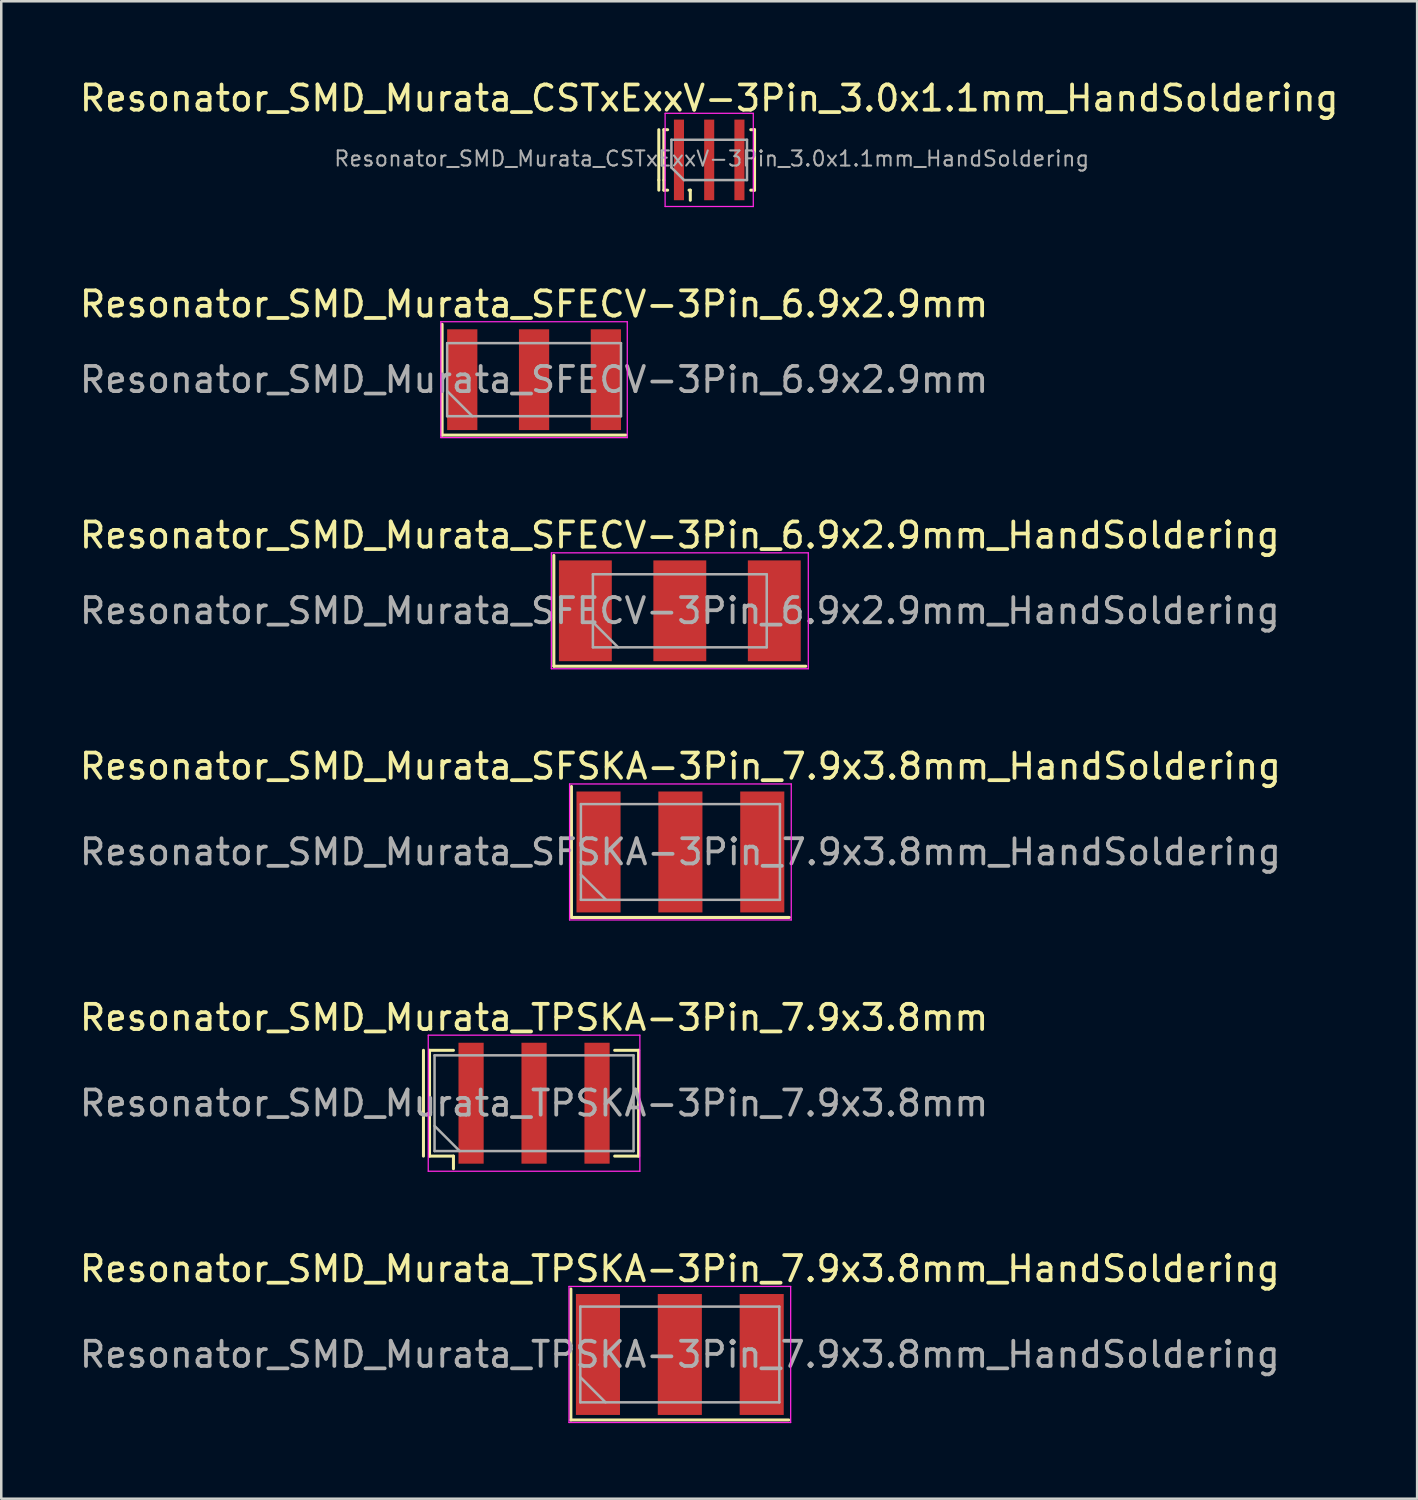
<source format=kicad_pcb>
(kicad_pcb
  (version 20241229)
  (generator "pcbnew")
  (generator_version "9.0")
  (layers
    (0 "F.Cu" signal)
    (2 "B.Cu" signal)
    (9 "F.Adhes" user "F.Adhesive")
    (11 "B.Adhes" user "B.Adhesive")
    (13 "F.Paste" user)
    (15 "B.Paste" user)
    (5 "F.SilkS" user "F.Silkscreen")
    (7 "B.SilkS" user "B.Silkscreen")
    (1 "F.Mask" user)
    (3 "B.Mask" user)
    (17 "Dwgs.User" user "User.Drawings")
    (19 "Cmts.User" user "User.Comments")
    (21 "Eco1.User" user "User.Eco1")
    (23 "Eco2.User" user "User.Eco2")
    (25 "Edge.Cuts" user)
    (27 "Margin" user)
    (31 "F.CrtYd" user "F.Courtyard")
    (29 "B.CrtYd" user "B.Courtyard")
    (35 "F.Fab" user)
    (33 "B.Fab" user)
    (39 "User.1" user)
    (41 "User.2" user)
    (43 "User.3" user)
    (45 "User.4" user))
  (footprint "Resonator_SMD_Murata_SFSKA-3Pin_7.9x3.8mm_HandSoldering"
    (layer "F.Cu")
    (at 23.958 30.768)
    (property "Reference" "Resonator_SMD_Murata_SFSKA-3Pin_7.9x3.8mm_HandSoldering" (at 0 -3.4 0) (layer "F.SilkS") (effects (font (size 1 1) (thickness 0.15))))
    (attr smd)
    (fp_line (start -4.325 -2.6) (end -4.325 2.6) (stroke (width 0.12) (type solid)) (layer "F.SilkS"))
    (fp_line (start -4.325 2.6) (end 4.325 2.6) (stroke (width 0.12) (type solid)) (layer "F.SilkS"))
    (fp_line (start -4.4 -2.7) (end -4.4 2.7) (stroke (width 0.05) (type solid)) (layer "F.CrtYd"))
    (fp_line (start -4.4 2.7) (end 4.4 2.7) (stroke (width 0.05) (type solid)) (layer "F.CrtYd"))
    (fp_line (start 4.4 -2.7) (end -4.4 -2.7) (stroke (width 0.05) (type solid)) (layer "F.CrtYd"))
    (fp_line (start 4.4 2.7) (end 4.4 -2.7) (stroke (width 0.05) (type solid)) (layer "F.CrtYd"))
    (fp_line (start -3.95 -1.9) (end -3.95 1.9) (stroke (width 0.1) (type solid)) (layer "F.Fab"))
    (fp_line (start -3.95 0.9) (end -2.95 1.9) (stroke (width 0.1) (type solid)) (layer "F.Fab"))
    (fp_line (start -3.95 1.9) (end 3.95 1.9) (stroke (width 0.1) (type solid)) (layer "F.Fab"))
    (fp_line (start 3.95 -1.9) (end -3.95 -1.9) (stroke (width 0.1) (type solid)) (layer "F.Fab"))
    (fp_line (start 3.95 1.9) (end 3.95 -1.9) (stroke (width 0.1) (type solid)) (layer "F.Fab"))
    (fp_text user "${REFERENCE}" (at 0 0 0) (layer "F.Fab") (effects (font (size 1 1) (thickness 0.15))))
    (pad "1" smd rect (at -3.25 0) (size 1.75 4.8) (layers "F.Cu" "F.Mask" "F.Paste"))
    (pad "2" smd rect (at 0 0) (size 1.75 4.8) (layers "F.Cu" "F.Mask" "F.Paste"))
    (pad "3" smd rect (at 3.25 0) (size 1.75 4.8) (layers "F.Cu" "F.Mask" "F.Paste")))
  (footprint "Resonator_SMD_Murata_TPSKA-3Pin_7.9x3.8mm_HandSoldering"
    (layer "F.Cu")
    (at 23.935 50.715)
    (property "Reference" "Resonator_SMD_Murata_TPSKA-3Pin_7.9x3.8mm_HandSoldering" (at 0 -3.4 0) (layer "F.SilkS") (effects (font (size 1 1) (thickness 0.15))))
    (attr smd)
    (fp_line (start -4.325 -2.6) (end -4.325 2.6) (stroke (width 0.12) (type solid)) (layer "F.SilkS"))
    (fp_line (start -4.325 2.6) (end 4.325 2.6) (stroke (width 0.12) (type solid)) (layer "F.SilkS"))
    (fp_line (start -4.4 -2.7) (end -4.4 2.7) (stroke (width 0.05) (type solid)) (layer "F.CrtYd"))
    (fp_line (start -4.4 2.7) (end 4.4 2.7) (stroke (width 0.05) (type solid)) (layer "F.CrtYd"))
    (fp_line (start 4.4 -2.7) (end -4.4 -2.7) (stroke (width 0.05) (type solid)) (layer "F.CrtYd"))
    (fp_line (start 4.4 2.7) (end 4.4 -2.7) (stroke (width 0.05) (type solid)) (layer "F.CrtYd"))
    (fp_line (start -3.95 -1.9) (end -3.95 1.9) (stroke (width 0.1) (type solid)) (layer "F.Fab"))
    (fp_line (start -3.95 0.9) (end -2.95 1.9) (stroke (width 0.1) (type solid)) (layer "F.Fab"))
    (fp_line (start -3.95 1.9) (end 3.95 1.9) (stroke (width 0.1) (type solid)) (layer "F.Fab"))
    (fp_line (start 3.95 -1.9) (end -3.95 -1.9) (stroke (width 0.1) (type solid)) (layer "F.Fab"))
    (fp_line (start 3.95 1.9) (end 3.95 -1.9) (stroke (width 0.1) (type solid)) (layer "F.Fab"))
    (fp_text user "${REFERENCE}" (at 0 0 0) (layer "F.Fab") (effects (font (size 1 1) (thickness 0.15))))
    (pad "1" smd rect (at -3.25 0) (size 1.75 4.8) (layers "F.Cu" "F.Mask" "F.Paste"))
    (pad "2" smd rect (at 0 0) (size 1.75 4.8) (layers "F.Cu" "F.Mask" "F.Paste"))
    (pad "3" smd rect (at 3.25 0) (size 1.75 4.8) (layers "F.Cu" "F.Mask" "F.Paste")))
  (footprint "Resonator_SMD_Murata_CSTxExxV-3Pin_3.0x1.1mm_HandSoldering"
    (layer "F.Cu")
    (at 25.101 3.298)
    (property "Reference" "Resonator_SMD_Murata_CSTxExxV-3Pin_3.0x1.1mm_HandSoldering" (at 0 -2.45 0) (layer "F.SilkS") (effects (font (size 1 1) (thickness 0.15))))
    (attr smd)
    (fp_line (start -2 -1.2) (end -2 0.8) (stroke (width 0.12) (type solid)) (layer "F.SilkS"))
    (fp_line (start -2 0.8) (end -2 1.2) (stroke (width 0.12) (type solid)) (layer "F.SilkS"))
    (fp_line (start -1.8 -1.2) (end -1.65 -1.2) (stroke (width 0.12) (type solid)) (layer "F.SilkS"))
    (fp_line (start -1.8 0.8) (end -1.8 -1.2) (stroke (width 0.12) (type solid)) (layer "F.SilkS"))
    (fp_line (start -1.8 0.8) (end -1.8 1.2) (stroke (width 0.12) (type solid)) (layer "F.SilkS"))
    (fp_line (start -1.8 1.2) (end -1.65 1.2) (stroke (width 0.12) (type solid)) (layer "F.SilkS"))
    (fp_line (start -0.75 1.2) (end -0.8 1.2) (stroke (width 0.12) (type solid)) (layer "F.SilkS"))
    (fp_line (start -0.75 1.2) (end -0.75 1.6) (stroke (width 0.12) (type solid)) (layer "F.SilkS"))
    (fp_line (start 1.8 -1.2) (end 1.65 -1.2) (stroke (width 0.12) (type solid)) (layer "F.SilkS"))
    (fp_line (start 1.8 -1.2) (end 1.8 0.8) (stroke (width 0.12) (type solid)) (layer "F.SilkS"))
    (fp_line (start 1.8 0.8) (end 1.8 1.2) (stroke (width 0.12) (type solid)) (layer "F.SilkS"))
    (fp_line (start 1.8 1.2) (end 1.65 1.2) (stroke (width 0.12) (type solid)) (layer "F.SilkS"))
    (fp_line (start -1.75 -1.85) (end 1.75 -1.85) (stroke (width 0.05) (type solid)) (layer "F.CrtYd"))
    (fp_line (start -1.75 1.85) (end -1.75 -1.85) (stroke (width 0.05) (type solid)) (layer "F.CrtYd"))
    (fp_line (start 1.75 -1.85) (end 1.75 1.85) (stroke (width 0.05) (type solid)) (layer "F.CrtYd"))
    (fp_line (start 1.75 1.85) (end -1.75 1.85) (stroke (width 0.05) (type solid)) (layer "F.CrtYd"))
    (fp_line (start -1.5 0.3) (end -1.5 -0.8) (stroke (width 0.1) (type solid)) (layer "F.Fab"))
    (fp_line (start -1 0.8) (end -1.5 0.3) (stroke (width 0.1) (type solid)) (layer "F.Fab"))
    (fp_line (start -1 0.8) (end 1.5 0.8) (stroke (width 0.1) (type solid)) (layer "F.Fab"))
    (fp_line (start 1.5 -0.8) (end -1.5 -0.8) (stroke (width 0.1) (type solid)) (layer "F.Fab"))
    (fp_line (start 1.5 0.8) (end 1.5 -0.8) (stroke (width 0.1) (type solid)) (layer "F.Fab"))
    (fp_text user "${REFERENCE}" (at 0.1 -0.05 0) (layer "F.Fab") (effects (font (size 0.6 0.6) (thickness 0.08))))
    (pad "1" smd rect (at -1.2 0) (size 0.4 3.2) (layers "F.Cu" "F.Mask" "F.Paste"))
    (pad "2" smd rect (at 0 0) (size 0.4 3.2) (layers "F.Cu" "F.Mask" "F.Paste"))
    (pad "3" smd rect (at 1.2 0) (size 0.4 3.2) (layers "F.Cu" "F.Mask" "F.Paste")))
  (footprint "Resonator_SMD_Murata_TPSKA-3Pin_7.9x3.8mm"
    (layer "F.Cu")
    (at 18.149 40.741)
    (property "Reference" "Resonator_SMD_Murata_TPSKA-3Pin_7.9x3.8mm" (at 0 -3.4 0) (layer "F.SilkS") (effects (font (size 1 1) (thickness 0.15))))
    (attr smd)
    (fp_line (start -4.39 -2.1) (end -4.39 2.1) (stroke (width 0.12) (type solid)) (layer "F.SilkS"))
    (fp_line (start -4.15 -2.1) (end -3.2 -2.1) (stroke (width 0.12) (type solid)) (layer "F.SilkS"))
    (fp_line (start -4.15 2.1) (end -4.15 -2.1) (stroke (width 0.12) (type solid)) (layer "F.SilkS"))
    (fp_line (start -3.2 2.1) (end -4.15 2.1) (stroke (width 0.12) (type solid)) (layer "F.SilkS"))
    (fp_line (start -3.2 2.6) (end -3.2 2.1) (stroke (width 0.12) (type solid)) (layer "F.SilkS"))
    (fp_line (start 3.2 -2.1) (end 4.15 -2.1) (stroke (width 0.12) (type solid)) (layer "F.SilkS"))
    (fp_line (start 4.15 -2.1) (end 4.15 2.1) (stroke (width 0.12) (type solid)) (layer "F.SilkS"))
    (fp_line (start 4.15 2.1) (end 3.2 2.1) (stroke (width 0.12) (type solid)) (layer "F.SilkS"))
    (fp_line (start -4.2 -2.7) (end -4.2 2.7) (stroke (width 0.05) (type solid)) (layer "F.CrtYd"))
    (fp_line (start -4.2 2.7) (end 4.2 2.7) (stroke (width 0.05) (type solid)) (layer "F.CrtYd"))
    (fp_line (start 4.2 -2.7) (end -4.2 -2.7) (stroke (width 0.05) (type solid)) (layer "F.CrtYd"))
    (fp_line (start 4.2 2.7) (end 4.2 -2.7) (stroke (width 0.05) (type solid)) (layer "F.CrtYd"))
    (fp_line (start -3.95 -1.9) (end -3.95 1.9) (stroke (width 0.1) (type solid)) (layer "F.Fab"))
    (fp_line (start -3.95 0.9) (end -2.95 1.9) (stroke (width 0.1) (type solid)) (layer "F.Fab"))
    (fp_line (start -3.95 1.9) (end 3.95 1.9) (stroke (width 0.1) (type solid)) (layer "F.Fab"))
    (fp_line (start 3.95 -1.9) (end -3.95 -1.9) (stroke (width 0.1) (type solid)) (layer "F.Fab"))
    (fp_line (start 3.95 1.9) (end 3.95 -1.9) (stroke (width 0.1) (type solid)) (layer "F.Fab"))
    (fp_text user "${REFERENCE}" (at 0 0 0) (layer "F.Fab") (effects (font (size 1 1) (thickness 0.15))))
    (pad "1" smd rect (at -2.5 0) (size 1 4.8) (layers "F.Cu" "F.Mask" "F.Paste"))
    (pad "2" smd rect (at 0 0) (size 1 4.8) (layers "F.Cu" "F.Mask" "F.Paste"))
    (pad "3" smd rect (at 2.5 0) (size 1 4.8) (layers "F.Cu" "F.Mask" "F.Paste")))
  (footprint "Resonator_SMD_Murata_SFECV-3Pin_6.9x2.9mm"
    (layer "F.Cu")
    (at 18.149 12.021)
    (property "Reference" "Resonator_SMD_Murata_SFECV-3Pin_6.9x2.9mm" (at 0 -3 0) (layer "F.SilkS") (effects (font (size 1 1) (thickness 0.15))))
    (attr smd)
    (fp_line (start -3.65 -2.2) (end -3.65 2.2) (stroke (width 0.12) (type solid)) (layer "F.SilkS"))
    (fp_line (start -3.65 2.2) (end 3.65 2.2) (stroke (width 0.12) (type solid)) (layer "F.SilkS"))
    (fp_line (start -3.7 -2.3) (end -3.7 2.3) (stroke (width 0.05) (type solid)) (layer "F.CrtYd"))
    (fp_line (start -3.7 2.3) (end 3.7 2.3) (stroke (width 0.05) (type solid)) (layer "F.CrtYd"))
    (fp_line (start 3.7 -2.3) (end -3.7 -2.3) (stroke (width 0.05) (type solid)) (layer "F.CrtYd"))
    (fp_line (start 3.7 2.3) (end 3.7 -2.3) (stroke (width 0.05) (type solid)) (layer "F.CrtYd"))
    (fp_line (start -3.45 -1.45) (end -3.45 1.45) (stroke (width 0.1) (type solid)) (layer "F.Fab"))
    (fp_line (start -3.45 0.45) (end -2.45 1.45) (stroke (width 0.1) (type solid)) (layer "F.Fab"))
    (fp_line (start -3.45 1.45) (end 3.45 1.45) (stroke (width 0.1) (type solid)) (layer "F.Fab"))
    (fp_line (start 3.45 -1.45) (end -3.45 -1.45) (stroke (width 0.1) (type solid)) (layer "F.Fab"))
    (fp_line (start 3.45 1.45) (end 3.45 -1.45) (stroke (width 0.1) (type solid)) (layer "F.Fab"))
    (fp_text user "${REFERENCE}" (at 0 0 0) (layer "F.Fab") (effects (font (size 1 1) (thickness 0.15))))
    (pad "1" smd rect (at -2.85 0) (size 1.2 4) (layers "F.Cu" "F.Mask" "F.Paste"))
    (pad "2" smd rect (at 0 0) (size 1.2 4) (layers "F.Cu" "F.Mask" "F.Paste"))
    (pad "3" smd rect (at 2.85 0) (size 1.2 4) (layers "F.Cu" "F.Mask" "F.Paste")))
  (footprint "Resonator_SMD_Murata_SFECV-3Pin_6.9x2.9mm_HandSoldering"
    (layer "F.Cu")
    (at 23.935 21.195)
    (property "Reference" "Resonator_SMD_Murata_SFECV-3Pin_6.9x2.9mm_HandSoldering" (at 0 -3 0) (layer "F.SilkS") (effects (font (size 1 1) (thickness 0.15))))
    (attr smd)
    (fp_line (start -5 -2.2) (end -5 2.2) (stroke (width 0.12) (type solid)) (layer "F.SilkS"))
    (fp_line (start -5 2.2) (end 5 2.2) (stroke (width 0.12) (type solid)) (layer "F.SilkS"))
    (fp_line (start -5.1 -2.3) (end -5.1 2.3) (stroke (width 0.05) (type solid)) (layer "F.CrtYd"))
    (fp_line (start -5.1 2.3) (end 5.1 2.3) (stroke (width 0.05) (type solid)) (layer "F.CrtYd"))
    (fp_line (start 5.1 -2.3) (end -5.1 -2.3) (stroke (width 0.05) (type solid)) (layer "F.CrtYd"))
    (fp_line (start 5.1 2.3) (end 5.1 -2.3) (stroke (width 0.05) (type solid)) (layer "F.CrtYd"))
    (fp_line (start -3.45 -1.45) (end -3.45 1.45) (stroke (width 0.1) (type solid)) (layer "F.Fab"))
    (fp_line (start -3.45 0.45) (end -2.45 1.45) (stroke (width 0.1) (type solid)) (layer "F.Fab"))
    (fp_line (start -3.45 1.45) (end 3.45 1.45) (stroke (width 0.1) (type solid)) (layer "F.Fab"))
    (fp_line (start 3.45 -1.45) (end -3.45 -1.45) (stroke (width 0.1) (type solid)) (layer "F.Fab"))
    (fp_line (start 3.45 1.45) (end 3.45 -1.45) (stroke (width 0.1) (type solid)) (layer "F.Fab"))
    (fp_text user "${REFERENCE}" (at 0 0 0) (layer "F.Fab") (effects (font (size 1 1) (thickness 0.15))))
    (pad "1" smd rect (at -3.75 0) (size 2.1 4) (layers "F.Cu" "F.Mask" "F.Paste"))
    (pad "2" smd rect (at 0 0) (size 2.1 4) (layers "F.Cu" "F.Mask" "F.Paste"))
    (pad "3" smd rect (at 3.75 0) (size 2.1 4) (layers "F.Cu" "F.Mask" "F.Paste")))
  (gr_rect
    (start -3 -3)
    (end 53.202 56.44)
    (stroke (width 0.1) (type default))
    (fill no)
    (layer "Edge.Cuts")))
</source>
